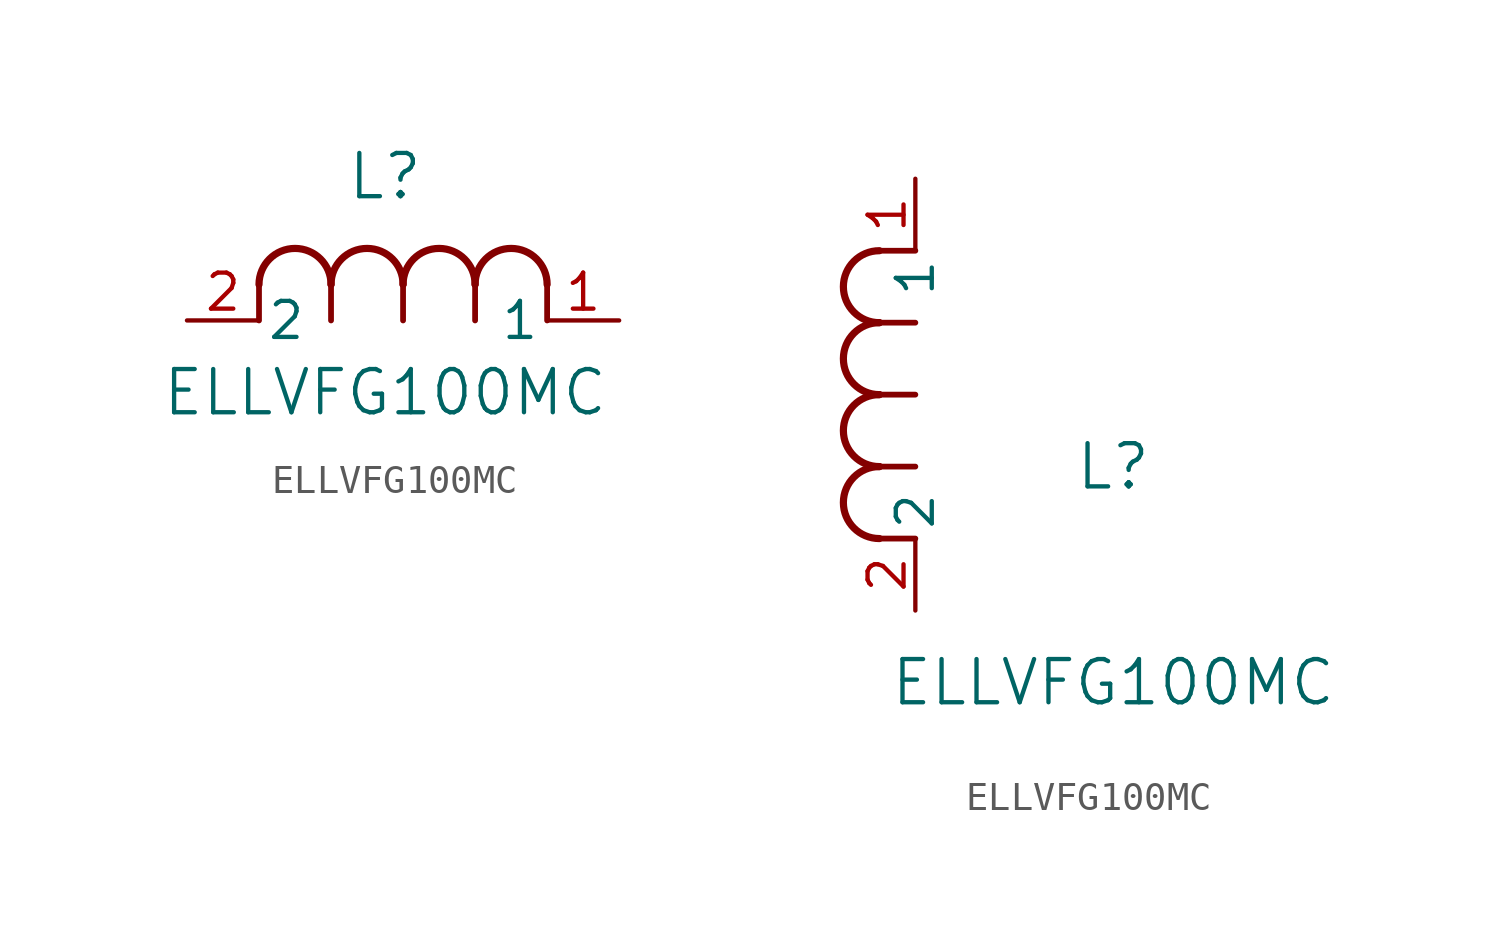
<source format=kicad_sym>
(kicad_symbol_lib
  (version 20211014)
  (generator kicad_symbol_editor)
  (symbol "ELLVFG100MC"
    (pin_names
      (offset 0.254))
    (property "Reference" "L"
      (at 6.985 5.08 0)
      (effects (font (size 1.524 1.524))))
    (property "Value" "ELLVFG100MC"
      (at 6.985 -2.54 0)
      (effects (font (size 1.524 1.524))))
    (symbol "ELLVFG100MC_1_1"
      (arc (start 7.62 1.27) (mid 6.35 2.54) (end 5.08 1.27) (stroke (width 0.254) (type default) (color 0 0 0 0)) (fill (type none)))
      (polyline (pts (xy 5.08 0) (xy 5.08 1.27)) (stroke (width 0.203) (type default) (color 0 0 0 0)) (fill (type none)))
      (polyline (pts (xy 7.62 0) (xy 7.62 1.27)) (stroke (width 0.203) (type default) (color 0 0 0 0)) (fill (type none)))
      (polyline (pts (xy 12.7 0) (xy 12.7 1.27)) (stroke (width 0.203) (type default) (color 0 0 0 0)) (fill (type none)))
      (arc (start 5.08 1.27) (mid 3.81 2.54) (end 2.54 1.27) (stroke (width 0.254) (type default) (color 0 0 0 0)) (fill (type none)))
      (arc (start 10.16 1.27) (mid 8.89 2.54) (end 7.62 1.27) (stroke (width 0.254) (type default) (color 0 0 0 0)) (fill (type none)))
      (arc (start 12.7 1.27) (mid 11.43 2.54) (end 10.16 1.27) (stroke (width 0.254) (type default) (color 0 0 0 0)) (fill (type none)))
      (polyline (pts (xy 2.54 0) (xy 2.54 1.27)) (stroke (width 0.203) (type default) (color 0 0 0 0)) (fill (type none)))
      (polyline (pts (xy 10.16 0) (xy 10.16 1.27)) (stroke (width 0.203) (type default) (color 0 0 0 0)) (fill (type none)))
      (pin unspecified line (at 0 0 0) (length 2.54) (name "2" (effects (font (size 1.27 1.27)))) (number "2" (effects (font (size 1.27 1.27)))))
      (pin unspecified line (at 15.24 0 180) (length 2.54) (name "1" (effects (font (size 1.27 1.27)))) (number "1" (effects (font (size 1.27 1.27))))))
    (symbol "ELLVFG100MC_1_2"
      (arc (start -1.27 7.62) (mid -2.54 6.35) (end -1.27 5.08) (stroke (width 0.254) (type default) (color 0 0 0 0)) (fill (type none)))
      (arc (start -1.27 5.08) (mid -2.54 3.81) (end -1.27 2.54) (stroke (width 0.254) (type default) (color 0 0 0 0)) (fill (type none)))
      (arc (start -1.27 12.7) (mid -2.54 11.43) (end -1.27 10.16) (stroke (width 0.254) (type default) (color 0 0 0 0)) (fill (type none)))
      (arc (start -1.27 10.16) (mid -2.54 8.89) (end -1.27 7.62) (stroke (width 0.254) (type default) (color 0 0 0 0)) (fill (type none)))
      (polyline (pts (xy 0 7.62) (xy -1.27 7.62)) (stroke (width 0.203) (type default) (color 0 0 0 0)) (fill (type none)))
      (polyline (pts (xy 0 5.08) (xy -1.27 5.08)) (stroke (width 0.203) (type default) (color 0 0 0 0)) (fill (type none)))
      (polyline (pts (xy 0 12.7) (xy -1.27 12.7)) (stroke (width 0.203) (type default) (color 0 0 0 0)) (fill (type none)))
      (polyline (pts (xy 0 2.54) (xy -1.27 2.54)) (stroke (width 0.203) (type default) (color 0 0 0 0)) (fill (type none)))
      (polyline (pts (xy 0 10.16) (xy -1.27 10.16)) (stroke (width 0.203) (type default) (color 0 0 0 0)) (fill (type none)))
      (pin unspecified line (at 0 0 90) (length 2.54) (name "2" (effects (font (size 1.27 1.27)))) (number "2" (effects (font (size 1.27 1.27)))))
      (pin unspecified line (at 0 15.24 270) (length 2.54) (name "1" (effects (font (size 1.27 1.27)))) (number "1" (effects (font (size 1.27 1.27))))))))
</source>
